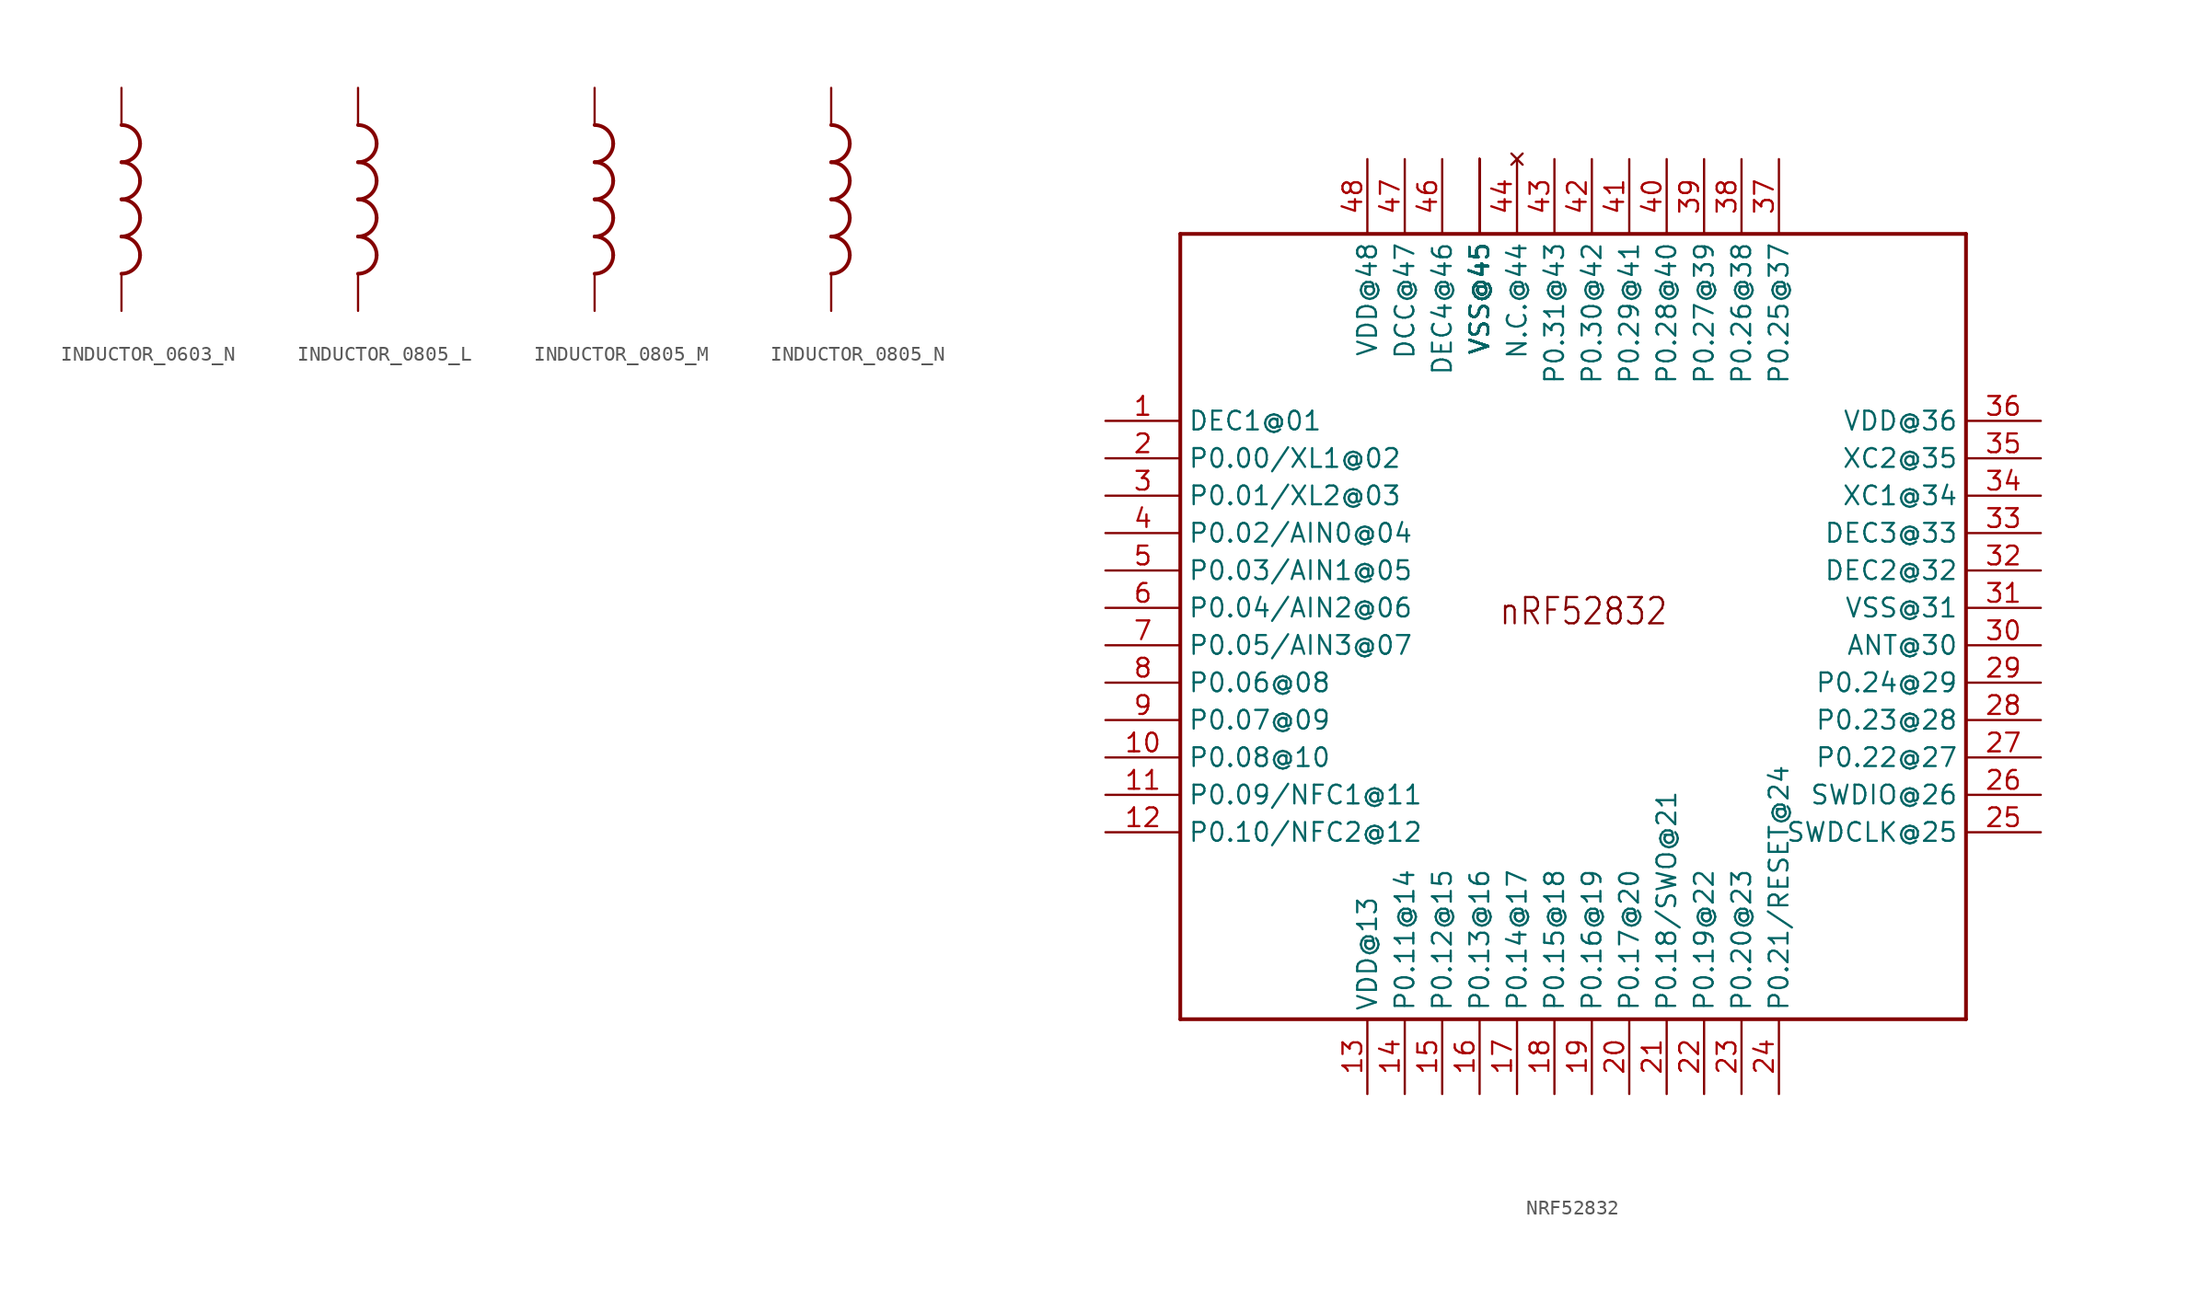
<source format=kicad_sym>
(kicad_symbol_lib
  (version 20220914)
  (generator kicad_symbol_editor)
  (symbol "INDUCTOR_0603_N"
    (property "Reference" ""
      (at -1.27 -5.08 90)
      (effects (font (size 1.778 1.511)) (justify left bottom) hide))
    (property "Value" ""
      (at 3.81 -5.08 90)
      (effects (font (size 1.778 1.511)) (justify left bottom)))
    (property "ki_locked" ""
      (at 0 0 0)
      (effects (font (size 1.27 1.27))))
    (symbol "INDUCTOR_0603_N_1_0"
      (arc (start 0 -5.08) (mid 0.898 -4.708) (end 1.27 -3.81) (stroke (width 0.254) (type solid)) (fill (type none)))
      (arc (start 0 -2.54) (mid 0.898 -2.168) (end 1.27 -1.27) (stroke (width 0.254) (type solid)) (fill (type none)))
      (arc (start 0 0) (mid 0.898 0.372) (end 1.27 1.27) (stroke (width 0.254) (type solid)) (fill (type none)))
      (arc (start 0 2.54) (mid 0.898 2.912) (end 1.27 3.81) (stroke (width 0.254) (type solid)) (fill (type none)))
      (arc (start 1.27 -3.81) (mid 0.898 -2.912) (end 0 -2.54) (stroke (width 0.254) (type solid)) (fill (type none)))
      (arc (start 1.27 -1.27) (mid 0.898 -0.372) (end 0 0) (stroke (width 0.254) (type solid)) (fill (type none)))
      (arc (start 1.27 1.27) (mid 0.898 2.168) (end 0 2.54) (stroke (width 0.254) (type solid)) (fill (type none)))
      (arc (start 1.27 3.81) (mid 0.898 4.708) (end 0 5.08) (stroke (width 0.254) (type solid)) (fill (type none)))
      (pin passive line (at 0 7.62 270) (length 2.54) (name "1" (effects (font (size 0 0)))) (number "1" (effects (font (size 0 0)))))
      (pin passive line (at 0 -7.62 90) (length 2.54) (name "2" (effects (font (size 0 0)))) (number "2" (effects (font (size 0 0)))))))
  (symbol "INDUCTOR_0805_L"
    (property "Reference" ""
      (at -1.27 -5.08 90)
      (effects (font (size 1.778 1.511)) (justify left bottom) hide))
    (property "Value" ""
      (at 3.81 -5.08 90)
      (effects (font (size 1.778 1.511)) (justify left bottom)))
    (property "ki_locked" ""
      (at 0 0 0)
      (effects (font (size 1.27 1.27))))
    (symbol "INDUCTOR_0805_L_1_0"
      (arc (start 0 -5.08) (mid 0.898 -4.708) (end 1.27 -3.81) (stroke (width 0.254) (type solid)) (fill (type none)))
      (arc (start 0 -2.54) (mid 0.898 -2.168) (end 1.27 -1.27) (stroke (width 0.254) (type solid)) (fill (type none)))
      (arc (start 0 0) (mid 0.898 0.372) (end 1.27 1.27) (stroke (width 0.254) (type solid)) (fill (type none)))
      (arc (start 0 2.54) (mid 0.898 2.912) (end 1.27 3.81) (stroke (width 0.254) (type solid)) (fill (type none)))
      (arc (start 1.27 -3.81) (mid 0.898 -2.912) (end 0 -2.54) (stroke (width 0.254) (type solid)) (fill (type none)))
      (arc (start 1.27 -1.27) (mid 0.898 -0.372) (end 0 0) (stroke (width 0.254) (type solid)) (fill (type none)))
      (arc (start 1.27 1.27) (mid 0.898 2.168) (end 0 2.54) (stroke (width 0.254) (type solid)) (fill (type none)))
      (arc (start 1.27 3.81) (mid 0.898 4.708) (end 0 5.08) (stroke (width 0.254) (type solid)) (fill (type none)))
      (pin passive line (at 0 7.62 270) (length 2.54) (name "1" (effects (font (size 0 0)))) (number "1" (effects (font (size 0 0)))))
      (pin passive line (at 0 -7.62 90) (length 2.54) (name "2" (effects (font (size 0 0)))) (number "2" (effects (font (size 0 0)))))))
  (symbol "INDUCTOR_0805_M"
    (property "Reference" ""
      (at -1.27 -5.08 90)
      (effects (font (size 1.778 1.511)) (justify left bottom) hide))
    (property "Value" ""
      (at 3.81 -5.08 90)
      (effects (font (size 1.778 1.511)) (justify left bottom)))
    (property "ki_locked" ""
      (at 0 0 0)
      (effects (font (size 1.27 1.27))))
    (symbol "INDUCTOR_0805_M_1_0"
      (arc (start 0 -5.08) (mid 0.898 -4.708) (end 1.27 -3.81) (stroke (width 0.254) (type solid)) (fill (type none)))
      (arc (start 0 -2.54) (mid 0.898 -2.168) (end 1.27 -1.27) (stroke (width 0.254) (type solid)) (fill (type none)))
      (arc (start 0 0) (mid 0.898 0.372) (end 1.27 1.27) (stroke (width 0.254) (type solid)) (fill (type none)))
      (arc (start 0 2.54) (mid 0.898 2.912) (end 1.27 3.81) (stroke (width 0.254) (type solid)) (fill (type none)))
      (arc (start 1.27 -3.81) (mid 0.898 -2.912) (end 0 -2.54) (stroke (width 0.254) (type solid)) (fill (type none)))
      (arc (start 1.27 -1.27) (mid 0.898 -0.372) (end 0 0) (stroke (width 0.254) (type solid)) (fill (type none)))
      (arc (start 1.27 1.27) (mid 0.898 2.168) (end 0 2.54) (stroke (width 0.254) (type solid)) (fill (type none)))
      (arc (start 1.27 3.81) (mid 0.898 4.708) (end 0 5.08) (stroke (width 0.254) (type solid)) (fill (type none)))
      (pin passive line (at 0 7.62 270) (length 2.54) (name "1" (effects (font (size 0 0)))) (number "1" (effects (font (size 0 0)))))
      (pin passive line (at 0 -7.62 90) (length 2.54) (name "2" (effects (font (size 0 0)))) (number "2" (effects (font (size 0 0)))))))
  (symbol "INDUCTOR_0805_N"
    (property "Reference" ""
      (at -1.27 -5.08 90)
      (effects (font (size 1.778 1.511)) (justify left bottom) hide))
    (property "Value" ""
      (at 3.81 -5.08 90)
      (effects (font (size 1.778 1.511)) (justify left bottom)))
    (property "ki_locked" ""
      (at 0 0 0)
      (effects (font (size 1.27 1.27))))
    (symbol "INDUCTOR_0805_N_1_0"
      (arc (start 0 -5.08) (mid 0.898 -4.708) (end 1.27 -3.81) (stroke (width 0.254) (type solid)) (fill (type none)))
      (arc (start 0 -2.54) (mid 0.898 -2.168) (end 1.27 -1.27) (stroke (width 0.254) (type solid)) (fill (type none)))
      (arc (start 0 0) (mid 0.898 0.372) (end 1.27 1.27) (stroke (width 0.254) (type solid)) (fill (type none)))
      (arc (start 0 2.54) (mid 0.898 2.912) (end 1.27 3.81) (stroke (width 0.254) (type solid)) (fill (type none)))
      (arc (start 1.27 -3.81) (mid 0.898 -2.912) (end 0 -2.54) (stroke (width 0.254) (type solid)) (fill (type none)))
      (arc (start 1.27 -1.27) (mid 0.898 -0.372) (end 0 0) (stroke (width 0.254) (type solid)) (fill (type none)))
      (arc (start 1.27 1.27) (mid 0.898 2.168) (end 0 2.54) (stroke (width 0.254) (type solid)) (fill (type none)))
      (arc (start 1.27 3.81) (mid 0.898 4.708) (end 0 5.08) (stroke (width 0.254) (type solid)) (fill (type none)))
      (pin passive line (at 0 7.62 270) (length 2.54) (name "1" (effects (font (size 0 0)))) (number "1" (effects (font (size 0 0)))))
      (pin passive line (at 0 -7.62 90) (length 2.54) (name "2" (effects (font (size 0 0)))) (number "2" (effects (font (size 0 0)))))))
  (symbol "NRF52832"
    (property "Reference" ""
      (at 48.26 -2.54 0)
      (effects (font (size 1.778 1.511)) (justify left bottom) hide))
    (property "Value" ""
      (at 48.26 -5.08 0)
      (effects (font (size 1.778 1.511)) (justify left bottom)))
    (property "ki_locked" ""
      (at 0 0 0)
      (effects (font (size 1.27 1.27))))
    (symbol "NRF52832_1_0"
      (polyline (pts (xy 0 0) (xy 0 53.34)) (stroke (width 0.254) (type solid)) (fill (type none)))
      (polyline (pts (xy 0 53.34) (xy 53.34 53.34)) (stroke (width 0.254) (type solid)) (fill (type none)))
      (polyline (pts (xy 53.34 0) (xy 0 0)) (stroke (width 0.254) (type solid)) (fill (type none)))
      (polyline (pts (xy 53.34 53.34) (xy 53.34 0)) (stroke (width 0.254) (type solid)) (fill (type none)))
      (text "nRF52832" (at 21.59 26.67 0) (effects (font (size 1.778 1.511)) (justify left bottom)))
      (pin power_in line (at -5.08 40.64 0) (length 5.08) (name "DEC1@01" (effects (font (size 1.27 1.27)))) (number "1" (effects (font (size 1.27 1.27)))))
      (pin bidirectional line (at -5.08 17.78 0) (length 5.08) (name "P0.08@10" (effects (font (size 1.27 1.27)))) (number "10" (effects (font (size 1.27 1.27)))))
      (pin bidirectional line (at -5.08 15.24 0) (length 5.08) (name "P0.09/NFC1@11" (effects (font (size 1.27 1.27)))) (number "11" (effects (font (size 1.27 1.27)))))
      (pin bidirectional line (at -5.08 12.7 0) (length 5.08) (name "P0.10/NFC2@12" (effects (font (size 1.27 1.27)))) (number "12" (effects (font (size 1.27 1.27)))))
      (pin power_in line (at 12.7 -5.08 90) (length 5.08) (name "VDD@13" (effects (font (size 1.27 1.27)))) (number "13" (effects (font (size 1.27 1.27)))))
      (pin bidirectional line (at 15.24 -5.08 90) (length 5.08) (name "P0.11@14" (effects (font (size 1.27 1.27)))) (number "14" (effects (font (size 1.27 1.27)))))
      (pin bidirectional line (at 17.78 -5.08 90) (length 5.08) (name "P0.12@15" (effects (font (size 1.27 1.27)))) (number "15" (effects (font (size 1.27 1.27)))))
      (pin bidirectional line (at 20.32 -5.08 90) (length 5.08) (name "P0.13@16" (effects (font (size 1.27 1.27)))) (number "16" (effects (font (size 1.27 1.27)))))
      (pin bidirectional line (at 22.86 -5.08 90) (length 5.08) (name "P0.14@17" (effects (font (size 1.27 1.27)))) (number "17" (effects (font (size 1.27 1.27)))))
      (pin bidirectional line (at 25.4 -5.08 90) (length 5.08) (name "P0.15@18" (effects (font (size 1.27 1.27)))) (number "18" (effects (font (size 1.27 1.27)))))
      (pin bidirectional line (at 27.94 -5.08 90) (length 5.08) (name "P0.16@19" (effects (font (size 1.27 1.27)))) (number "19" (effects (font (size 1.27 1.27)))))
      (pin bidirectional line (at -5.08 38.1 0) (length 5.08) (name "P0.00/XL1@02" (effects (font (size 1.27 1.27)))) (number "2" (effects (font (size 1.27 1.27)))))
      (pin bidirectional line (at 30.48 -5.08 90) (length 5.08) (name "P0.17@20" (effects (font (size 1.27 1.27)))) (number "20" (effects (font (size 1.27 1.27)))))
      (pin bidirectional line (at 33.02 -5.08 90) (length 5.08) (name "P0.18/SWO@21" (effects (font (size 1.27 1.27)))) (number "21" (effects (font (size 1.27 1.27)))))
      (pin bidirectional line (at 35.56 -5.08 90) (length 5.08) (name "P0.19@22" (effects (font (size 1.27 1.27)))) (number "22" (effects (font (size 1.27 1.27)))))
      (pin bidirectional line (at 38.1 -5.08 90) (length 5.08) (name "P0.20@23" (effects (font (size 1.27 1.27)))) (number "23" (effects (font (size 1.27 1.27)))))
      (pin bidirectional line (at 40.64 -5.08 90) (length 5.08) (name "P0.21/RESET@24" (effects (font (size 1.27 1.27)))) (number "24" (effects (font (size 1.27 1.27)))))
      (pin input line (at 58.42 12.7 180) (length 5.08) (name "SWDCLK@25" (effects (font (size 1.27 1.27)))) (number "25" (effects (font (size 1.27 1.27)))))
      (pin bidirectional line (at 58.42 15.24 180) (length 5.08) (name "SWDIO@26" (effects (font (size 1.27 1.27)))) (number "26" (effects (font (size 1.27 1.27)))))
      (pin bidirectional line (at 58.42 17.78 180) (length 5.08) (name "P0.22@27" (effects (font (size 1.27 1.27)))) (number "27" (effects (font (size 1.27 1.27)))))
      (pin bidirectional line (at 58.42 20.32 180) (length 5.08) (name "P0.23@28" (effects (font (size 1.27 1.27)))) (number "28" (effects (font (size 1.27 1.27)))))
      (pin bidirectional line (at 58.42 22.86 180) (length 5.08) (name "P0.24@29" (effects (font (size 1.27 1.27)))) (number "29" (effects (font (size 1.27 1.27)))))
      (pin bidirectional line (at -5.08 35.56 0) (length 5.08) (name "P0.01/XL2@03" (effects (font (size 1.27 1.27)))) (number "3" (effects (font (size 1.27 1.27)))))
      (pin bidirectional line (at 58.42 25.4 180) (length 5.08) (name "ANT@30" (effects (font (size 1.27 1.27)))) (number "30" (effects (font (size 1.27 1.27)))))
      (pin bidirectional line (at 58.42 27.94 180) (length 5.08) (name "VSS@31" (effects (font (size 1.27 1.27)))) (number "31" (effects (font (size 1.27 1.27)))))
      (pin bidirectional line (at 58.42 30.48 180) (length 5.08) (name "DEC2@32" (effects (font (size 1.27 1.27)))) (number "32" (effects (font (size 1.27 1.27)))))
      (pin bidirectional line (at 58.42 33.02 180) (length 5.08) (name "DEC3@33" (effects (font (size 1.27 1.27)))) (number "33" (effects (font (size 1.27 1.27)))))
      (pin input line (at 58.42 35.56 180) (length 5.08) (name "XC1@34" (effects (font (size 1.27 1.27)))) (number "34" (effects (font (size 1.27 1.27)))))
      (pin output line (at 58.42 38.1 180) (length 5.08) (name "XC2@35" (effects (font (size 1.27 1.27)))) (number "35" (effects (font (size 1.27 1.27)))))
      (pin power_in line (at 58.42 40.64 180) (length 5.08) (name "VDD@36" (effects (font (size 1.27 1.27)))) (number "36" (effects (font (size 1.27 1.27)))))
      (pin bidirectional line (at 40.64 58.42 270) (length 5.08) (name "P0.25@37" (effects (font (size 1.27 1.27)))) (number "37" (effects (font (size 1.27 1.27)))))
      (pin bidirectional line (at 38.1 58.42 270) (length 5.08) (name "P0.26@38" (effects (font (size 1.27 1.27)))) (number "38" (effects (font (size 1.27 1.27)))))
      (pin bidirectional line (at 35.56 58.42 270) (length 5.08) (name "P0.27@39" (effects (font (size 1.27 1.27)))) (number "39" (effects (font (size 1.27 1.27)))))
      (pin bidirectional line (at -5.08 33.02 0) (length 5.08) (name "P0.02/AIN0@04" (effects (font (size 1.27 1.27)))) (number "4" (effects (font (size 1.27 1.27)))))
      (pin bidirectional line (at 33.02 58.42 270) (length 5.08) (name "P0.28@40" (effects (font (size 1.27 1.27)))) (number "40" (effects (font (size 1.27 1.27)))))
      (pin bidirectional line (at 30.48 58.42 270) (length 5.08) (name "P0.29@41" (effects (font (size 1.27 1.27)))) (number "41" (effects (font (size 1.27 1.27)))))
      (pin bidirectional line (at 27.94 58.42 270) (length 5.08) (name "P0.30@42" (effects (font (size 1.27 1.27)))) (number "42" (effects (font (size 1.27 1.27)))))
      (pin bidirectional line (at 25.4 58.42 270) (length 5.08) (name "P0.31@43" (effects (font (size 1.27 1.27)))) (number "43" (effects (font (size 1.27 1.27)))))
      (pin no_connect line (at 22.86 58.42 270) (length 5.08) (name "N.C.@44" (effects (font (size 1.27 1.27)))) (number "44" (effects (font (size 1.27 1.27)))))
      (pin power_in line (at 20.32 58.42 270) (length 5.08) (name "VSS@45" (effects (font (size 1.27 1.27)))) (number "45" (effects (font (size 0 0)))))
      (pin power_in line (at 17.78 58.42 270) (length 5.08) (name "DEC4@46" (effects (font (size 1.27 1.27)))) (number "46" (effects (font (size 1.27 1.27)))))
      (pin output line (at 15.24 58.42 270) (length 5.08) (name "DCC@47" (effects (font (size 1.27 1.27)))) (number "47" (effects (font (size 1.27 1.27)))))
      (pin power_in line (at 12.7 58.42 270) (length 5.08) (name "VDD@48" (effects (font (size 1.27 1.27)))) (number "48" (effects (font (size 1.27 1.27)))))
      (pin bidirectional line (at -5.08 30.48 0) (length 5.08) (name "P0.03/AIN1@05" (effects (font (size 1.27 1.27)))) (number "5" (effects (font (size 1.27 1.27)))))
      (pin bidirectional line (at -5.08 27.94 0) (length 5.08) (name "P0.04/AIN2@06" (effects (font (size 1.27 1.27)))) (number "6" (effects (font (size 1.27 1.27)))))
      (pin bidirectional line (at -5.08 25.4 0) (length 5.08) (name "P0.05/AIN3@07" (effects (font (size 1.27 1.27)))) (number "7" (effects (font (size 1.27 1.27)))))
      (pin bidirectional line (at -5.08 22.86 0) (length 5.08) (name "P0.06@08" (effects (font (size 1.27 1.27)))) (number "8" (effects (font (size 1.27 1.27)))))
      (pin bidirectional line (at -5.08 20.32 0) (length 5.08) (name "P0.07@09" (effects (font (size 1.27 1.27)))) (number "9" (effects (font (size 1.27 1.27)))))
      (pin power_in line (at 20.32 58.42 270) (length 5.08) (name "VSS@45" (effects (font (size 1.27 1.27)))) (number "PAD" (effects (font (size 0 0)))))
      (pin power_in line (at 20.32 58.42 270) (length 5.08) (name "VSS@45" (effects (font (size 1.27 1.27)))) (number "PAD@VIA01" (effects (font (size 0 0)))))
      (pin power_in line (at 20.32 58.42 270) (length 5.08) (name "VSS@45" (effects (font (size 1.27 1.27)))) (number "PAD@VIA02" (effects (font (size 0 0)))))
      (pin power_in line (at 20.32 58.42 270) (length 5.08) (name "VSS@45" (effects (font (size 1.27 1.27)))) (number "PAD@VIA03" (effects (font (size 0 0)))))
      (pin power_in line (at 20.32 58.42 270) (length 5.08) (name "VSS@45" (effects (font (size 1.27 1.27)))) (number "PAD@VIA04" (effects (font (size 0 0)))))
      (pin power_in line (at 20.32 58.42 270) (length 5.08) (name "VSS@45" (effects (font (size 1.27 1.27)))) (number "PAD@VIA05" (effects (font (size 0 0)))))
      (pin power_in line (at 20.32 58.42 270) (length 5.08) (name "VSS@45" (effects (font (size 1.27 1.27)))) (number "PAD@VIA06" (effects (font (size 0 0)))))
      (pin power_in line (at 20.32 58.42 270) (length 5.08) (name "VSS@45" (effects (font (size 1.27 1.27)))) (number "PAD@VIA07" (effects (font (size 0 0)))))
      (pin power_in line (at 20.32 58.42 270) (length 5.08) (name "VSS@45" (effects (font (size 1.27 1.27)))) (number "PAD@VIA08" (effects (font (size 0 0)))))
      (pin power_in line (at 20.32 58.42 270) (length 5.08) (name "VSS@45" (effects (font (size 1.27 1.27)))) (number "PAD@VIA09" (effects (font (size 0 0)))))
      (pin power_in line (at 20.32 58.42 270) (length 5.08) (name "VSS@45" (effects (font (size 1.27 1.27)))) (number "PAD@VIA10" (effects (font (size 0 0)))))
      (pin power_in line (at 20.32 58.42 270) (length 5.08) (name "VSS@45" (effects (font (size 1.27 1.27)))) (number "PAD@VIA11" (effects (font (size 0 0)))))
      (pin power_in line (at 20.32 58.42 270) (length 5.08) (name "VSS@45" (effects (font (size 1.27 1.27)))) (number "PAD@VIA12" (effects (font (size 0 0)))))
      (pin power_in line (at 20.32 58.42 270) (length 5.08) (name "VSS@45" (effects (font (size 1.27 1.27)))) (number "PAD@VIA13" (effects (font (size 0 0)))))
      (pin power_in line (at 20.32 58.42 270) (length 5.08) (name "VSS@45" (effects (font (size 1.27 1.27)))) (number "PAD@VIA14" (effects (font (size 0 0)))))
      (pin power_in line (at 20.32 58.42 270) (length 5.08) (name "VSS@45" (effects (font (size 1.27 1.27)))) (number "PAD@VIA15" (effects (font (size 0 0)))))
      (pin power_in line (at 20.32 58.42 270) (length 5.08) (name "VSS@45" (effects (font (size 1.27 1.27)))) (number "PAD@VIA16" (effects (font (size 0 0))))))))
</source>
